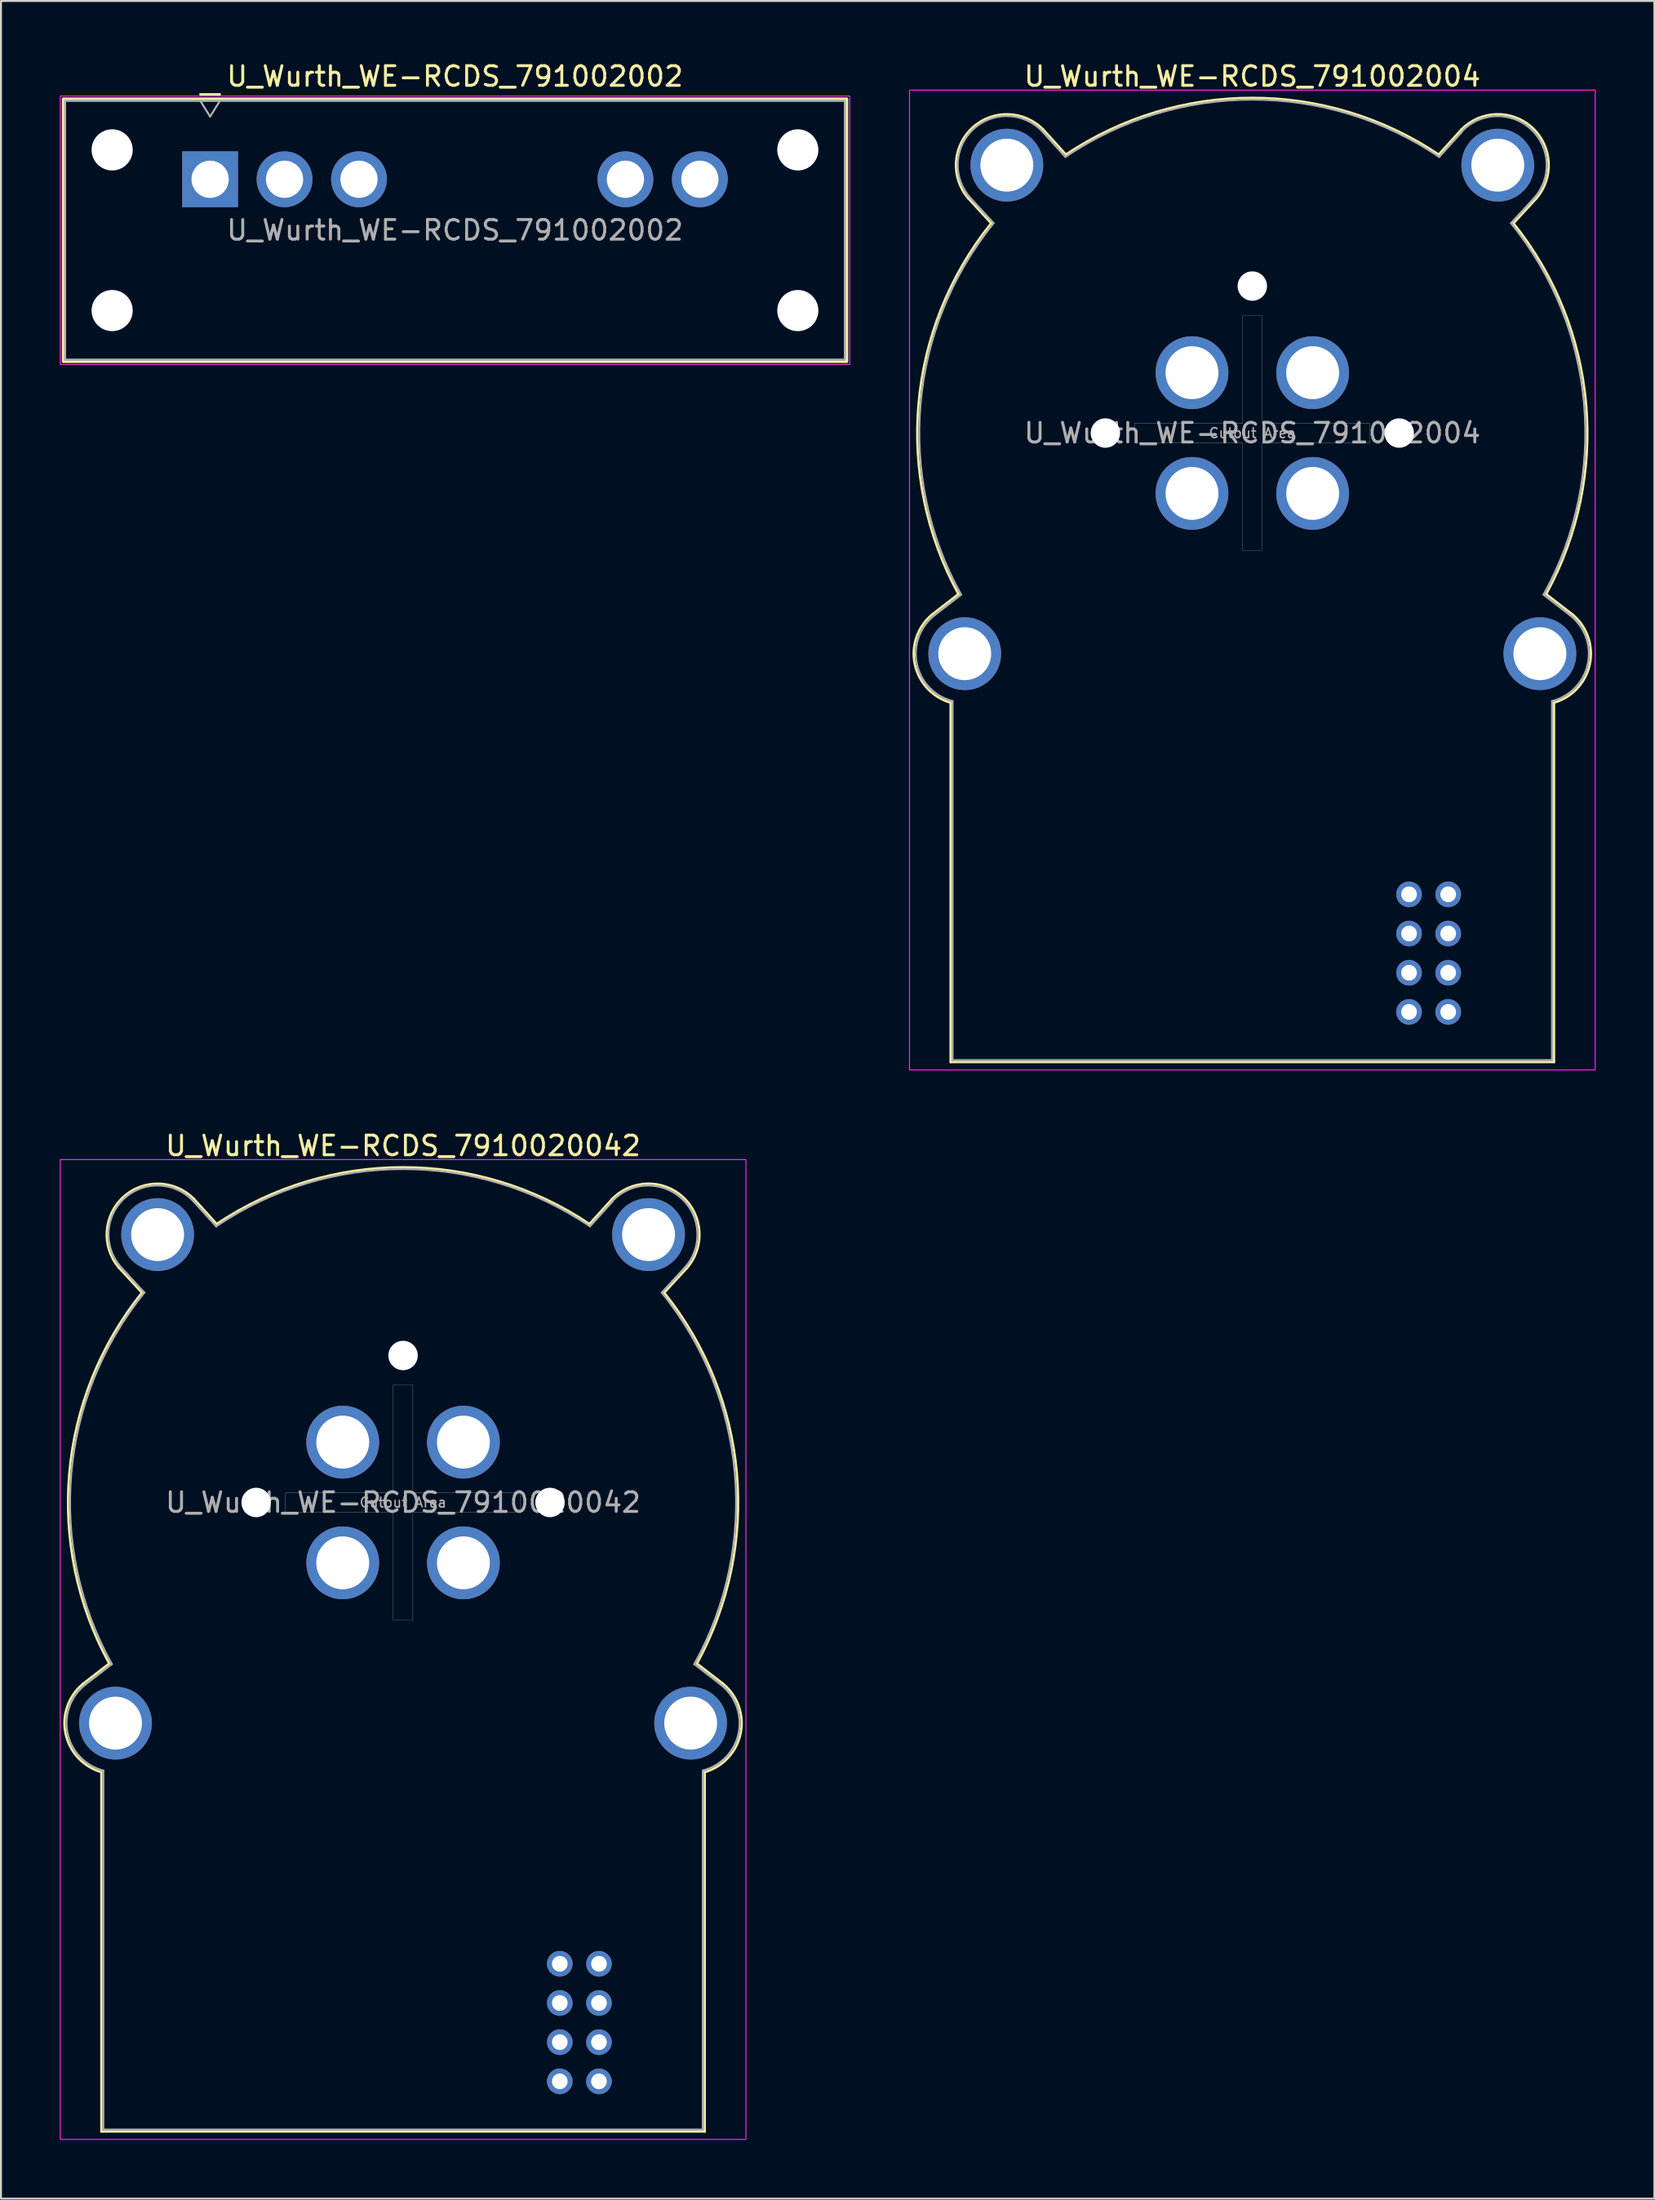
<source format=kicad_pcb>
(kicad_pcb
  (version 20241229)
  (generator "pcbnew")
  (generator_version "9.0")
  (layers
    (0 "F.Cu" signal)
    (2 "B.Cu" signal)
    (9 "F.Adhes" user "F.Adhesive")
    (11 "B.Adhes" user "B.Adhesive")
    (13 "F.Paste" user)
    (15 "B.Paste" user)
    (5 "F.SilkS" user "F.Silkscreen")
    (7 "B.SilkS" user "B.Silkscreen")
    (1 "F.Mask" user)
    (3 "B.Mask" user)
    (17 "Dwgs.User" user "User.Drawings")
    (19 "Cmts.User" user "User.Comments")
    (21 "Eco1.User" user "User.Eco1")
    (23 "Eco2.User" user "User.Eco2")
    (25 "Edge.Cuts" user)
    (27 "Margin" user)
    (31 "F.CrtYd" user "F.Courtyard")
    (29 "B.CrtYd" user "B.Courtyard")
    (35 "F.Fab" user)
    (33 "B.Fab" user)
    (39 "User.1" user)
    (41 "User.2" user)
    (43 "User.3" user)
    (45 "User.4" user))
  (footprint "U_Wurth_WE-RCDS_7910020042"
    (layer "F.Cu")
    (at 17.525 73.621)
    (property "Reference" "U_Wurth_WE-RCDS_7910020042" (at 0 -18.2 0) (unlocked yes) (layer "F.SilkS") (effects (font (size 1 1) (thickness 0.15))))
    (attr smd)
    (fp_line (start -16.335 9.25) (end -15 8.22) (stroke (width 0.12) (type solid)) (layer "F.SilkS"))
    (fp_line (start -15.4 13.76) (end -15.4 32.1) (stroke (width 0.12) (type solid)) (layer "F.SilkS"))
    (fp_line (start -15.4 32.1) (end 15.4 32.1) (stroke (width 0.12) (type solid)) (layer "F.SilkS"))
    (fp_line (start -14.5 -11.975) (end -13.33 -10.705) (stroke (width 0.12) (type solid)) (layer "F.SilkS"))
    (fp_line (start -10.665 -15.48) (end -9.515 -14.21) (stroke (width 0.12) (type solid)) (layer "F.SilkS"))
    (fp_line (start 10.665 -15.48) (end 9.515 -14.21) (stroke (width 0.12) (type solid)) (layer "F.SilkS"))
    (fp_line (start 14.5 -11.975) (end 13.33 -10.705) (stroke (width 0.12) (type solid)) (layer "F.SilkS"))
    (fp_line (start 15.4 13.76) (end 15.4 32.1) (stroke (width 0.12) (type solid)) (layer "F.SilkS"))
    (fp_line (start 16.335 9.25) (end 15 8.22) (stroke (width 0.12) (type solid)) (layer "F.SilkS"))
    (fp_arc (start -15.4 13.76) (mid -17.229951 11.78746) (end -16.335 9.25) (stroke (width 0.12) (type default)) (layer "F.SilkS"))
    (fp_arc (start -15 8.22) (mid -17.036771 -1.495914) (end -13.33 -10.705) (stroke (width 0.12) (type default)) (layer "F.SilkS"))
    (fp_arc (start -14.5 -11.975) (mid -14.283611 -15.588772) (end -10.665 -15.48) (stroke (width 0.12) (type default)) (layer "F.SilkS"))
    (fp_arc (start -9.515 -14.21) (mid 0 -17.10496) (end 9.515 -14.21) (stroke (width 0.12) (type default)) (layer "F.SilkS"))
    (fp_arc (start 10.665 -15.48) (mid 14.283313 -15.588447) (end 14.5 -11.975) (stroke (width 0.12) (type default)) (layer "F.SilkS"))
    (fp_arc (start 13.33 -10.705) (mid 17.036771 -1.495914) (end 15 8.22) (stroke (width 0.12) (type default)) (layer "F.SilkS"))
    (fp_arc (start 16.335 9.25) (mid 17.229951 11.787459) (end 15.4 13.76) (stroke (width 0.12) (type default)) (layer "F.SilkS"))
    (fp_line (start -6 -0.5) (end -6 0.5) (stroke (width 0.01) (type solid)) (layer "Edge.Cuts"))
    (fp_line (start -6 0.5) (end -0.5 0.5) (stroke (width 0.01) (type solid)) (layer "Edge.Cuts"))
    (fp_line (start -0.5 -6) (end -0.5 -0.5) (stroke (width 0.01) (type solid)) (layer "Edge.Cuts"))
    (fp_line (start -0.5 -0.5) (end -6 -0.5) (stroke (width 0.01) (type solid)) (layer "Edge.Cuts"))
    (fp_line (start -0.5 0.5) (end -0.5 6) (stroke (width 0.01) (type solid)) (layer "Edge.Cuts"))
    (fp_line (start -0.5 6) (end 0.5 6) (stroke (width 0.01) (type solid)) (layer "Edge.Cuts"))
    (fp_line (start 0.5 -6) (end -0.5 -6) (stroke (width 0.01) (type solid)) (layer "Edge.Cuts"))
    (fp_line (start 0.5 -0.5) (end 0.5 -6) (stroke (width 0.01) (type solid)) (layer "Edge.Cuts"))
    (fp_line (start 0.5 0.5) (end 6 0.5) (stroke (width 0.01) (type solid)) (layer "Edge.Cuts"))
    (fp_line (start 0.5 6) (end 0.5 0.5) (stroke (width 0.01) (type solid)) (layer "Edge.Cuts"))
    (fp_line (start 6 -0.5) (end 0.5 -0.5) (stroke (width 0.01) (type solid)) (layer "Edge.Cuts"))
    (fp_line (start 6 0.5) (end 6 -0.5) (stroke (width 0.01) (type solid)) (layer "Edge.Cuts"))
    (fp_rect (start -17.5 -17.5) (end 17.5 32.5) (stroke (width 0.05) (type default)) (fill no) (layer "F.CrtYd"))
    (fp_line (start -16.2 9.28) (end -14.865 8.25) (stroke (width 0.1) (type solid)) (layer "F.Fab"))
    (fp_line (start -15.3 13.68) (end -15.3 32) (stroke (width 0.1) (type solid)) (layer "F.Fab"))
    (fp_line (start -15.3 32) (end 15.3 32) (stroke (width 0.1) (type solid)) (layer "F.Fab"))
    (fp_line (start -14.375 -11.98) (end -13.205 -10.71) (stroke (width 0.1) (type solid)) (layer "F.Fab"))
    (fp_line (start -10.69 -15.36) (end -9.54 -14.09) (stroke (width 0.1) (type solid)) (layer "F.Fab"))
    (fp_line (start 10.69 -15.36) (end 9.54 -14.09) (stroke (width 0.1) (type solid)) (layer "F.Fab"))
    (fp_line (start 14.375 -11.98) (end 13.205 -10.71) (stroke (width 0.1) (type solid)) (layer "F.Fab"))
    (fp_line (start 15.3 32) (end 15.3 13.68) (stroke (width 0.1) (type solid)) (layer "F.Fab"))
    (fp_line (start 16.2 9.28) (end 14.865 8.25) (stroke (width 0.1) (type solid)) (layer "F.Fab"))
    (fp_arc (start -15.3 13.68) (mid -17.129255 11.76212) (end -16.2 9.28) (stroke (width 0.1) (type default)) (layer "F.Fab"))
    (fp_arc (start -14.865 8.25) (mid -16.936679 -1.48405) (end -13.205 -10.71) (stroke (width 0.1) (type default)) (layer "F.Fab"))
    (fp_arc (start -14.375 -11.98) (mid -14.2225 -15.5125) (end -10.69 -15.36) (stroke (width 0.1) (type default)) (layer "F.Fab"))
    (fp_arc (start -9.54 -14.09) (mid 0 -17.015777) (end 9.54 -14.09) (stroke (width 0.1) (type default)) (layer "F.Fab"))
    (fp_arc (start 10.668 -15.36) (mid 14.2115 -15.5235) (end 14.375 -11.98) (stroke (width 0.1) (type default)) (layer "F.Fab"))
    (fp_arc (start 13.205 -10.71) (mid 16.936679 -1.48405) (end 14.865 8.25) (stroke (width 0.1) (type default)) (layer "F.Fab"))
    (fp_arc (start 16.2 9.28) (mid 17.129256 11.76212) (end 15.3 13.68) (stroke (width 0.1) (type default)) (layer "F.Fab"))
    (fp_text user "Cutout Area" (at 0 0 0) (layer "Edge.Cuts") (effects (font (size 0.5 0.5) (thickness 0.075))))
    (fp_text user "${REFERENCE}" (at 0 0 0) (unlocked yes) (layer "F.Fab") (effects (font (size 1 1) (thickness 0.15))))
    (fp_text user "Cutout Area" (at 0 0 0) (layer "F.Fab") (effects (font (size 0.5 0.5) (thickness 0.075))))
    (pad "" np_thru_hole circle (at -7.5 0) (size 1.5 1.5) (drill 1.5) (layers "*.Cu" "*.Mask"))
    (pad "" np_thru_hole circle (at 0 -7.5) (size 1.5 1.5) (drill 1.5) (layers "*.Cu" "*.Mask"))
    (pad "" np_thru_hole circle (at 7.5 0) (size 1.5 1.5) (drill 1.5) (layers "*.Cu" "*.Mask"))
    (pad "1" thru_hole circle (at 10 23.54) (size 1.308 1.308) (drill 0.8) (layers "*.Cu" "*.Mask"))
    (pad "2" thru_hole circle (at 8 23.54) (size 1.308 1.308) (drill 0.8) (layers "*.Cu" "*.Mask"))
    (pad "3" thru_hole circle (at 10 25.54) (size 1.308 1.308) (drill 0.8) (layers "*.Cu" "*.Mask"))
    (pad "4" thru_hole circle (at 8 25.54) (size 1.308 1.308) (drill 0.8) (layers "*.Cu" "*.Mask"))
    (pad "5" thru_hole circle (at 10 27.54) (size 1.308 1.308) (drill 0.8) (layers "*.Cu" "*.Mask"))
    (pad "6" thru_hole circle (at 8 27.54) (size 1.308 1.308) (drill 0.8) (layers "*.Cu" "*.Mask"))
    (pad "7" thru_hole circle (at 10 29.54) (size 1.308 1.308) (drill 0.8) (layers "*.Cu" "*.Mask"))
    (pad "8" thru_hole circle (at 8 29.54) (size 1.308 1.308) (drill 0.8) (layers "*.Cu" "*.Mask"))
    (pad "9" thru_hole circle (at 14.68 11.26) (size 3.716 3.716) (drill 2.7) (layers "*.Cu" "*.Mask"))
    (pad "10" thru_hole circle (at 3.08 3.08) (size 3.716 3.716) (drill 2.7) (layers "*.Cu" "*.Mask"))
    (pad "11" thru_hole circle (at 12.53 -13.67) (size 3.716 3.716) (drill 2.7) (layers "*.Cu" "*.Mask"))
    (pad "12" thru_hole circle (at 3.08 -3.08) (size 3.716 3.716) (drill 2.7) (layers "*.Cu" "*.Mask"))
    (pad "13" thru_hole circle (at -12.53 -13.67) (size 3.716 3.716) (drill 2.7) (layers "*.Cu" "*.Mask"))
    (pad "14" thru_hole circle (at -3.08 -3.08) (size 3.716 3.716) (drill 2.7) (layers "*.Cu" "*.Mask"))
    (pad "15" thru_hole circle (at -14.68 11.26) (size 3.716 3.716) (drill 2.7) (layers "*.Cu" "*.Mask"))
    (pad "16" thru_hole circle (at -3.08 3.08) (size 3.716 3.716) (drill 2.7) (layers "*.Cu" "*.Mask")))
  (footprint "U_Wurth_WE-RCDS_791002004"
    (layer "F.Cu")
    (at 60.875 19.048)
    (property "Reference" "U_Wurth_WE-RCDS_791002004" (at 0 -18.2 0) (unlocked yes) (layer "F.SilkS") (effects (font (size 1 1) (thickness 0.15))))
    (attr smd)
    (fp_line (start -16.335 9.25) (end -15 8.22) (stroke (width 0.12) (type solid)) (layer "F.SilkS"))
    (fp_line (start -15.4 13.76) (end -15.4 32.1) (stroke (width 0.12) (type solid)) (layer "F.SilkS"))
    (fp_line (start -15.4 32.1) (end 15.4 32.1) (stroke (width 0.12) (type solid)) (layer "F.SilkS"))
    (fp_line (start -14.5 -11.975) (end -13.33 -10.705) (stroke (width 0.12) (type solid)) (layer "F.SilkS"))
    (fp_line (start -10.665 -15.48) (end -9.515 -14.21) (stroke (width 0.12) (type solid)) (layer "F.SilkS"))
    (fp_line (start 10.665 -15.48) (end 9.515 -14.21) (stroke (width 0.12) (type solid)) (layer "F.SilkS"))
    (fp_line (start 14.5 -11.975) (end 13.33 -10.705) (stroke (width 0.12) (type solid)) (layer "F.SilkS"))
    (fp_line (start 15.4 13.76) (end 15.4 32.1) (stroke (width 0.12) (type solid)) (layer "F.SilkS"))
    (fp_line (start 16.335 9.25) (end 15 8.22) (stroke (width 0.12) (type solid)) (layer "F.SilkS"))
    (fp_arc (start -15.4 13.76) (mid -17.229951 11.78746) (end -16.335 9.25) (stroke (width 0.12) (type default)) (layer "F.SilkS"))
    (fp_arc (start -15 8.22) (mid -17.036771 -1.495914) (end -13.33 -10.705) (stroke (width 0.12) (type default)) (layer "F.SilkS"))
    (fp_arc (start -14.5 -11.975) (mid -14.283611 -15.588772) (end -10.665 -15.48) (stroke (width 0.12) (type default)) (layer "F.SilkS"))
    (fp_arc (start -9.515 -14.21) (mid 0 -17.10496) (end 9.515 -14.21) (stroke (width 0.12) (type default)) (layer "F.SilkS"))
    (fp_arc (start 10.665 -15.48) (mid 14.283313 -15.588447) (end 14.5 -11.975) (stroke (width 0.12) (type default)) (layer "F.SilkS"))
    (fp_arc (start 13.33 -10.705) (mid 17.036771 -1.495914) (end 15 8.22) (stroke (width 0.12) (type default)) (layer "F.SilkS"))
    (fp_arc (start 16.335 9.25) (mid 17.229951 11.787459) (end 15.4 13.76) (stroke (width 0.12) (type default)) (layer "F.SilkS"))
    (fp_line (start -6 -0.5) (end -6 0.5) (stroke (width 0.01) (type solid)) (layer "Edge.Cuts"))
    (fp_line (start -6 0.5) (end -0.5 0.5) (stroke (width 0.01) (type solid)) (layer "Edge.Cuts"))
    (fp_line (start -0.5 -6) (end -0.5 -0.5) (stroke (width 0.01) (type solid)) (layer "Edge.Cuts"))
    (fp_line (start -0.5 -0.5) (end -6 -0.5) (stroke (width 0.01) (type solid)) (layer "Edge.Cuts"))
    (fp_line (start -0.5 0.5) (end -0.5 6) (stroke (width 0.01) (type solid)) (layer "Edge.Cuts"))
    (fp_line (start -0.5 6) (end 0.5 6) (stroke (width 0.01) (type solid)) (layer "Edge.Cuts"))
    (fp_line (start 0.5 -6) (end -0.5 -6) (stroke (width 0.01) (type solid)) (layer "Edge.Cuts"))
    (fp_line (start 0.5 -0.5) (end 0.5 -6) (stroke (width 0.01) (type solid)) (layer "Edge.Cuts"))
    (fp_line (start 0.5 0.5) (end 6 0.5) (stroke (width 0.01) (type solid)) (layer "Edge.Cuts"))
    (fp_line (start 0.5 6) (end 0.5 0.5) (stroke (width 0.01) (type solid)) (layer "Edge.Cuts"))
    (fp_line (start 6 -0.5) (end 0.5 -0.5) (stroke (width 0.01) (type solid)) (layer "Edge.Cuts"))
    (fp_line (start 6 0.5) (end 6 -0.5) (stroke (width 0.01) (type solid)) (layer "Edge.Cuts"))
    (fp_rect (start -17.5 -17.5) (end 17.5 32.5) (stroke (width 0.05) (type default)) (fill no) (layer "F.CrtYd"))
    (fp_line (start -16.2 9.28) (end -14.865 8.25) (stroke (width 0.1) (type solid)) (layer "F.Fab"))
    (fp_line (start -15.3 13.68) (end -15.3 32) (stroke (width 0.1) (type solid)) (layer "F.Fab"))
    (fp_line (start -15.3 32) (end 15.3 32) (stroke (width 0.1) (type solid)) (layer "F.Fab"))
    (fp_line (start -14.375 -11.98) (end -13.205 -10.71) (stroke (width 0.1) (type solid)) (layer "F.Fab"))
    (fp_line (start -10.69 -15.36) (end -9.54 -14.09) (stroke (width 0.1) (type solid)) (layer "F.Fab"))
    (fp_line (start 10.69 -15.36) (end 9.54 -14.09) (stroke (width 0.1) (type solid)) (layer "F.Fab"))
    (fp_line (start 14.375 -11.98) (end 13.205 -10.71) (stroke (width 0.1) (type solid)) (layer "F.Fab"))
    (fp_line (start 15.3 32) (end 15.3 13.68) (stroke (width 0.1) (type solid)) (layer "F.Fab"))
    (fp_line (start 16.2 9.28) (end 14.865 8.25) (stroke (width 0.1) (type solid)) (layer "F.Fab"))
    (fp_arc (start -15.3 13.68) (mid -17.129255 11.76212) (end -16.2 9.28) (stroke (width 0.1) (type default)) (layer "F.Fab"))
    (fp_arc (start -14.865 8.25) (mid -16.936679 -1.48405) (end -13.205 -10.71) (stroke (width 0.1) (type default)) (layer "F.Fab"))
    (fp_arc (start -14.375 -11.98) (mid -14.2225 -15.5125) (end -10.69 -15.36) (stroke (width 0.1) (type default)) (layer "F.Fab"))
    (fp_arc (start -9.54 -14.09) (mid 0 -17.015777) (end 9.54 -14.09) (stroke (width 0.1) (type default)) (layer "F.Fab"))
    (fp_arc (start 10.668 -15.36) (mid 14.2115 -15.5235) (end 14.375 -11.98) (stroke (width 0.1) (type default)) (layer "F.Fab"))
    (fp_arc (start 13.205 -10.71) (mid 16.936679 -1.48405) (end 14.865 8.25) (stroke (width 0.1) (type default)) (layer "F.Fab"))
    (fp_arc (start 16.2 9.28) (mid 17.129256 11.76212) (end 15.3 13.68) (stroke (width 0.1) (type default)) (layer "F.Fab"))
    (fp_text user "Cutout Area" (at 0 0 0) (layer "Edge.Cuts") (effects (font (size 0.5 0.5) (thickness 0.075))))
    (fp_text user "Cutout Area" (at 0 0 0) (layer "F.Fab") (effects (font (size 0.5 0.5) (thickness 0.075))))
    (fp_text user "${REFERENCE}" (at 0 0 0) (unlocked yes) (layer "F.Fab") (effects (font (size 1 1) (thickness 0.15))))
    (pad "" np_thru_hole circle (at -7.5 0) (size 1.5 1.5) (drill 1.5) (layers "*.Cu" "*.Mask"))
    (pad "" np_thru_hole circle (at 0 -7.5) (size 1.5 1.5) (drill 1.5) (layers "*.Cu" "*.Mask"))
    (pad "" np_thru_hole circle (at 7.5 0) (size 1.5 1.5) (drill 1.5) (layers "*.Cu" "*.Mask"))
    (pad "1" thru_hole circle (at 10 23.54) (size 1.308 1.308) (drill 0.8) (layers "*.Cu" "*.Mask"))
    (pad "2" thru_hole circle (at 8 23.54) (size 1.308 1.308) (drill 0.8) (layers "*.Cu" "*.Mask"))
    (pad "3" thru_hole circle (at 10 25.54) (size 1.308 1.308) (drill 0.8) (layers "*.Cu" "*.Mask"))
    (pad "4" thru_hole circle (at 8 25.54) (size 1.308 1.308) (drill 0.8) (layers "*.Cu" "*.Mask"))
    (pad "5" thru_hole circle (at 10 27.54) (size 1.308 1.308) (drill 0.8) (layers "*.Cu" "*.Mask"))
    (pad "6" thru_hole circle (at 8 27.54) (size 1.308 1.308) (drill 0.8) (layers "*.Cu" "*.Mask"))
    (pad "7" thru_hole circle (at 10 29.54) (size 1.308 1.308) (drill 0.8) (layers "*.Cu" "*.Mask"))
    (pad "8" thru_hole circle (at 8 29.54) (size 1.308 1.308) (drill 0.8) (layers "*.Cu" "*.Mask"))
    (pad "9" thru_hole circle (at 14.68 11.26) (size 3.716 3.716) (drill 2.7) (layers "*.Cu" "*.Mask"))
    (pad "10" thru_hole circle (at 3.08 3.08) (size 3.716 3.716) (drill 2.7) (layers "*.Cu" "*.Mask"))
    (pad "11" thru_hole circle (at 12.53 -13.67) (size 3.716 3.716) (drill 2.7) (layers "*.Cu" "*.Mask"))
    (pad "12" thru_hole circle (at 3.08 -3.08) (size 3.716 3.716) (drill 2.7) (layers "*.Cu" "*.Mask"))
    (pad "13" thru_hole circle (at -12.53 -13.67) (size 3.716 3.716) (drill 2.7) (layers "*.Cu" "*.Mask"))
    (pad "14" thru_hole circle (at -3.08 -3.08) (size 3.716 3.716) (drill 2.7) (layers "*.Cu" "*.Mask"))
    (pad "15" thru_hole circle (at -14.68 11.26) (size 3.716 3.716) (drill 2.7) (layers "*.Cu" "*.Mask"))
    (pad "16" thru_hole circle (at -3.08 3.08) (size 3.716 3.716) (drill 2.7) (layers "*.Cu" "*.Mask")))
  (footprint "U_Wurth_WE-RCDS_791002002"
    (layer "F.Cu")
    (at 7.675 6.098)
    (property "Reference" "U_Wurth_WE-RCDS_791002002" (at 12.5 -5.25 0) (unlocked yes) (layer "F.SilkS") (effects (font (size 1 1) (thickness 0.15))))
    (attr smd)
    (fp_line (start -7.5 -4.1) (end 32.5 -4.1) (stroke (width 0.12) (type solid)) (layer "F.SilkS"))
    (fp_line (start -7.5 9.3) (end -7.5 -4.1) (stroke (width 0.12) (type solid)) (layer "F.SilkS"))
    (fp_line (start -0.5 -4.335) (end 0.5 -4.335) (stroke (width 0.12) (type default)) (layer "F.SilkS"))
    (fp_line (start 32.5 -4.1) (end 32.5 9.3) (stroke (width 0.12) (type solid)) (layer "F.SilkS"))
    (fp_line (start 32.5 9.3) (end -7.5 9.3) (stroke (width 0.12) (type solid)) (layer "F.SilkS"))
    (fp_rect (start -7.51 -4.11) (end 32.51 9.31) (stroke (width 0.12) (type solid)) (fill no) (layer "F.SilkS"))
    (fp_rect (start -7.65 -4.25) (end 32.65 9.45) (stroke (width 0.05) (type solid)) (fill no) (layer "F.CrtYd"))
    (fp_line (start -0.5 -4) (end 0 -3.2) (stroke (width 0.1) (type default)) (layer "F.Fab"))
    (fp_line (start 0.5 -4) (end 0 -3.2) (stroke (width 0.1) (type default)) (layer "F.Fab"))
    (fp_rect (start -7.4 -4) (end 32.4 9.2) (stroke (width 0.1) (type solid)) (fill no) (layer "F.Fab"))
    (fp_text user "${REFERENCE}" (at 12.5 2.6 0) (unlocked yes) (layer "F.Fab") (effects (font (size 1 1) (thickness 0.15))))
    (pad "" np_thru_hole circle (at -5 -1.5) (size 2.1 2.1) (drill 2.1) (layers "*.Cu" "*.Mask"))
    (pad "" np_thru_hole circle (at -5 6.7) (size 2.1 2.1) (drill 2.1) (layers "*.Cu" "*.Mask"))
    (pad "" np_thru_hole circle (at 30 -1.5) (size 2.1 2.1) (drill 2.1) (layers "*.Cu" "*.Mask"))
    (pad "" np_thru_hole circle (at 30 6.7) (size 2.1 2.1) (drill 2.1) (layers "*.Cu" "*.Mask"))
    (pad "1" thru_hole rect (at 0 0) (size 2.85 2.85) (drill 1.9) (layers "*.Cu" "*.Mask"))
    (pad "2" thru_hole circle (at 3.8 0) (size 2.85 2.85) (drill 1.9) (layers "*.Cu" "*.Mask"))
    (pad "3" thru_hole circle (at 7.6 0) (size 2.85 2.85) (drill 1.9) (layers "*.Cu" "*.Mask"))
    (pad "4" thru_hole circle (at 21.2 0) (size 2.85 2.85) (drill 1.9) (layers "*.Cu" "*.Mask"))
    (pad "5" thru_hole circle (at 25 0) (size 2.85 2.85) (drill 1.9) (layers "*.Cu" "*.Mask")))
  (gr_rect
    (start -3 -3)
    (end 81.4 109.147)
    (stroke (width 0.1) (type default))
    (fill no)
    (layer "Edge.Cuts")))
</source>
